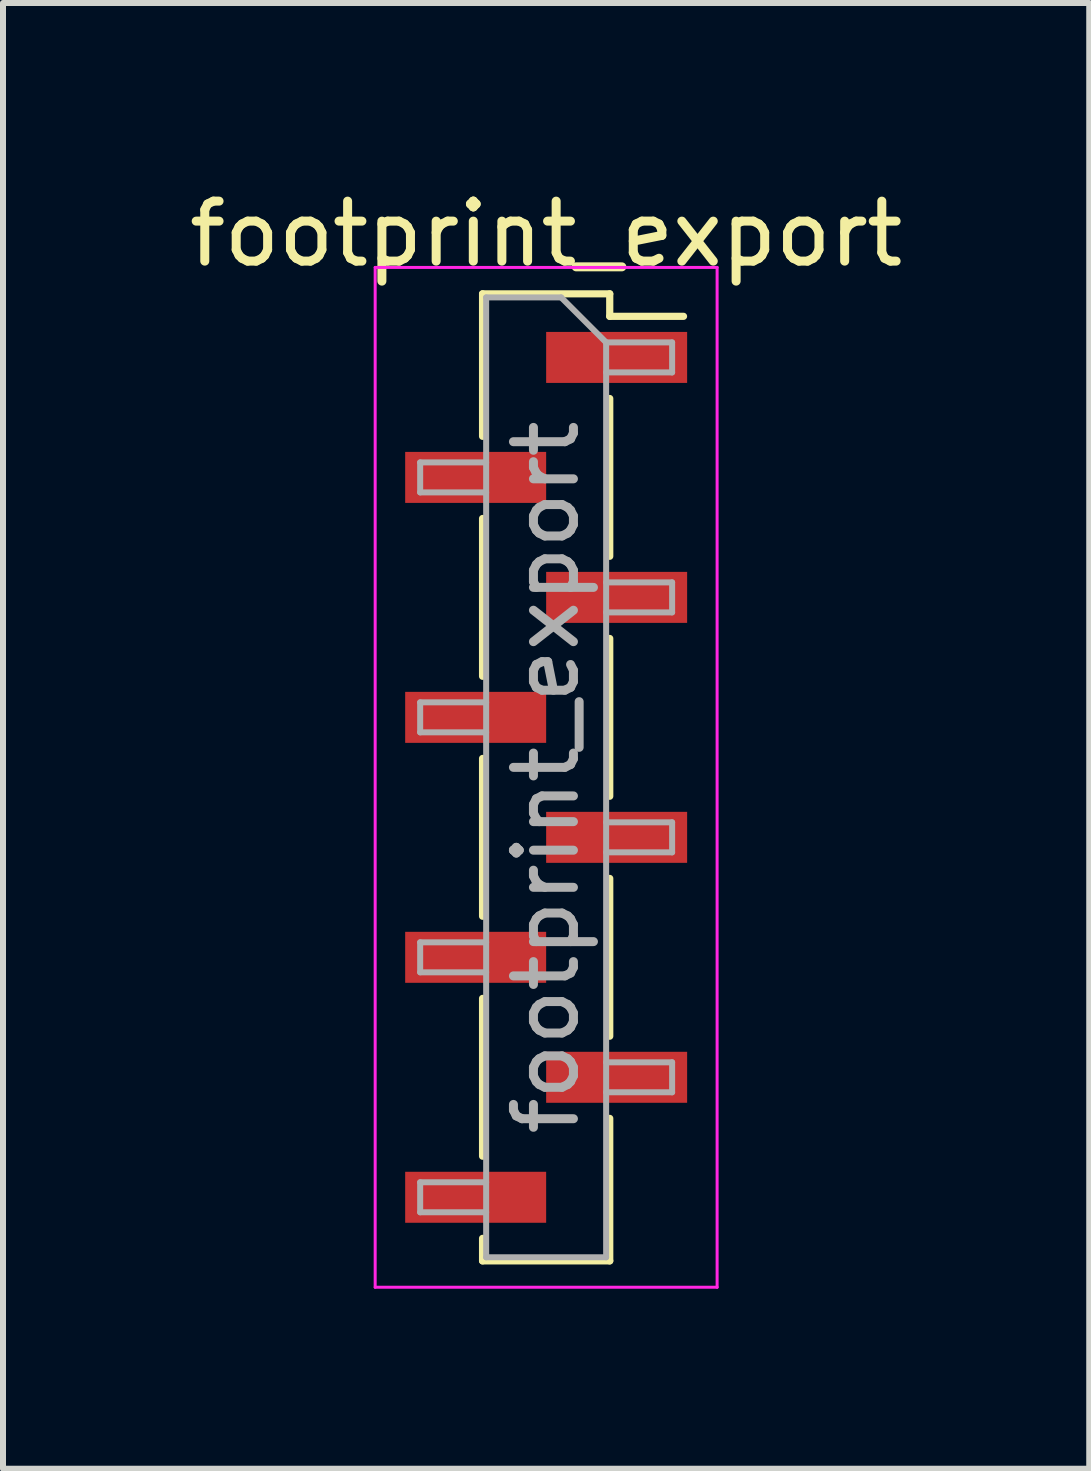
<source format=kicad_pcb>
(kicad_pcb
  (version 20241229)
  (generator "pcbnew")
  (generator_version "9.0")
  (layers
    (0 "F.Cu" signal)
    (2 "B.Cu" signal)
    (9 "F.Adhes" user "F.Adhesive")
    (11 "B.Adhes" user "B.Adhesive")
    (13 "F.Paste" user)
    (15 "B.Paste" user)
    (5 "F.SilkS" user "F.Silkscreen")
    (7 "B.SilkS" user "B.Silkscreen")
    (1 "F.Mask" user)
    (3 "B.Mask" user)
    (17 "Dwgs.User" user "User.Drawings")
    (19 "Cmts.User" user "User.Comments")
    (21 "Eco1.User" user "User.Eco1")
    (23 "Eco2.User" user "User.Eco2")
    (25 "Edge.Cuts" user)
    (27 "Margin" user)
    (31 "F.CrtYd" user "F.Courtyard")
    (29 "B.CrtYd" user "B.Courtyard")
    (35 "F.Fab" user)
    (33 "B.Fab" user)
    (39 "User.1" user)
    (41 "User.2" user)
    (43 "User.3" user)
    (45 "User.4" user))
  (footprint "footprint_export"
    (layer "F.Cu")
    (at 6.054 9.908)
    (property "Reference" "footprint_export" (at 0 -9.06 0) (layer "F.SilkS") (effects (font (size 1 1) (thickness 0.15))))
    (attr smd)
    (fp_line (start -1.06 -8.06) (end -1.06 -5.685) (stroke (width 0.12) (type solid)) (layer "F.SilkS"))
    (fp_line (start -1.06 -8.06) (end 1.06 -8.06) (stroke (width 0.12) (type solid)) (layer "F.SilkS"))
    (fp_line (start -1.06 -4.315) (end -1.06 -1.685) (stroke (width 0.12) (type solid)) (layer "F.SilkS"))
    (fp_line (start -1.06 -0.315) (end -1.06 2.315) (stroke (width 0.12) (type solid)) (layer "F.SilkS"))
    (fp_line (start -1.06 3.685) (end -1.06 6.315) (stroke (width 0.12) (type solid)) (layer "F.SilkS"))
    (fp_line (start -1.06 7.685) (end -1.06 8.06) (stroke (width 0.12) (type solid)) (layer "F.SilkS"))
    (fp_line (start -1.06 8.06) (end 1.06 8.06) (stroke (width 0.12) (type solid)) (layer "F.SilkS"))
    (fp_line (start 1.06 -8.06) (end 1.06 -7.685) (stroke (width 0.12) (type solid)) (layer "F.SilkS"))
    (fp_line (start 1.06 -7.685) (end 2.29 -7.685) (stroke (width 0.12) (type solid)) (layer "F.SilkS"))
    (fp_line (start 1.06 -6.315) (end 1.06 -3.685) (stroke (width 0.12) (type solid)) (layer "F.SilkS"))
    (fp_line (start 1.06 -2.315) (end 1.06 0.315) (stroke (width 0.12) (type solid)) (layer "F.SilkS"))
    (fp_line (start 1.06 1.685) (end 1.06 4.315) (stroke (width 0.12) (type solid)) (layer "F.SilkS"))
    (fp_line (start 1.06 5.685) (end 1.06 8.06) (stroke (width 0.12) (type solid)) (layer "F.SilkS"))
    (fp_line (start -2.85 -8.5) (end -2.85 8.5) (stroke (width 0.05) (type solid)) (layer "F.CrtYd"))
    (fp_line (start -2.85 8.5) (end 2.85 8.5) (stroke (width 0.05) (type solid)) (layer "F.CrtYd"))
    (fp_line (start 2.85 -8.5) (end -2.85 -8.5) (stroke (width 0.05) (type solid)) (layer "F.CrtYd"))
    (fp_line (start 2.85 8.5) (end 2.85 -8.5) (stroke (width 0.05) (type solid)) (layer "F.CrtYd"))
    (fp_line (start -2.1 -5.25) (end -2.1 -4.75) (stroke (width 0.1) (type solid)) (layer "F.Fab"))
    (fp_line (start -2.1 -4.75) (end -1 -4.75) (stroke (width 0.1) (type solid)) (layer "F.Fab"))
    (fp_line (start -2.1 -1.25) (end -2.1 -0.75) (stroke (width 0.1) (type solid)) (layer "F.Fab"))
    (fp_line (start -2.1 -0.75) (end -1 -0.75) (stroke (width 0.1) (type solid)) (layer "F.Fab"))
    (fp_line (start -2.1 2.75) (end -2.1 3.25) (stroke (width 0.1) (type solid)) (layer "F.Fab"))
    (fp_line (start -2.1 3.25) (end -1 3.25) (stroke (width 0.1) (type solid)) (layer "F.Fab"))
    (fp_line (start -2.1 6.75) (end -2.1 7.25) (stroke (width 0.1) (type solid)) (layer "F.Fab"))
    (fp_line (start -2.1 7.25) (end -1 7.25) (stroke (width 0.1) (type solid)) (layer "F.Fab"))
    (fp_line (start -1 -8) (end -1 8) (stroke (width 0.1) (type solid)) (layer "F.Fab"))
    (fp_line (start -1 -8) (end 0.25 -8) (stroke (width 0.1) (type solid)) (layer "F.Fab"))
    (fp_line (start -1 -5.25) (end -2.1 -5.25) (stroke (width 0.1) (type solid)) (layer "F.Fab"))
    (fp_line (start -1 -1.25) (end -2.1 -1.25) (stroke (width 0.1) (type solid)) (layer "F.Fab"))
    (fp_line (start -1 2.75) (end -2.1 2.75) (stroke (width 0.1) (type solid)) (layer "F.Fab"))
    (fp_line (start -1 6.75) (end -2.1 6.75) (stroke (width 0.1) (type solid)) (layer "F.Fab"))
    (fp_line (start 1 -7.25) (end 0.25 -8) (stroke (width 0.1) (type solid)) (layer "F.Fab"))
    (fp_line (start 1 -7.25) (end 2.1 -7.25) (stroke (width 0.1) (type solid)) (layer "F.Fab"))
    (fp_line (start 1 -3.25) (end 2.1 -3.25) (stroke (width 0.1) (type solid)) (layer "F.Fab"))
    (fp_line (start 1 0.75) (end 2.1 0.75) (stroke (width 0.1) (type solid)) (layer "F.Fab"))
    (fp_line (start 1 4.75) (end 2.1 4.75) (stroke (width 0.1) (type solid)) (layer "F.Fab"))
    (fp_line (start 1 8) (end -1 8) (stroke (width 0.1) (type solid)) (layer "F.Fab"))
    (fp_line (start 1 8) (end 1 -7.25) (stroke (width 0.1) (type solid)) (layer "F.Fab"))
    (fp_line (start 2.1 -7.25) (end 2.1 -6.75) (stroke (width 0.1) (type solid)) (layer "F.Fab"))
    (fp_line (start 2.1 -6.75) (end 1 -6.75) (stroke (width 0.1) (type solid)) (layer "F.Fab"))
    (fp_line (start 2.1 -3.25) (end 2.1 -2.75) (stroke (width 0.1) (type solid)) (layer "F.Fab"))
    (fp_line (start 2.1 -2.75) (end 1 -2.75) (stroke (width 0.1) (type solid)) (layer "F.Fab"))
    (fp_line (start 2.1 0.75) (end 2.1 1.25) (stroke (width 0.1) (type solid)) (layer "F.Fab"))
    (fp_line (start 2.1 1.25) (end 1 1.25) (stroke (width 0.1) (type solid)) (layer "F.Fab"))
    (fp_line (start 2.1 4.75) (end 2.1 5.25) (stroke (width 0.1) (type solid)) (layer "F.Fab"))
    (fp_line (start 2.1 5.25) (end 1 5.25) (stroke (width 0.1) (type solid)) (layer "F.Fab"))
    (fp_text user "${REFERENCE}" (at 0 0 90) (layer "F.Fab") (effects (font (size 1 1) (thickness 0.15))))
    (pad "1" smd rect (at 1.175 -7) (size 2.35 0.85) (layers "F.Cu" "F.Mask" "F.Paste"))
    (pad "2" smd rect (at -1.175 -5) (size 2.35 0.85) (layers "F.Cu" "F.Mask" "F.Paste"))
    (pad "3" smd rect (at 1.175 -3) (size 2.35 0.85) (layers "F.Cu" "F.Mask" "F.Paste"))
    (pad "4" smd rect (at -1.175 -1) (size 2.35 0.85) (layers "F.Cu" "F.Mask" "F.Paste"))
    (pad "5" smd rect (at 1.175 1) (size 2.35 0.85) (layers "F.Cu" "F.Mask" "F.Paste"))
    (pad "6" smd rect (at -1.175 3) (size 2.35 0.85) (layers "F.Cu" "F.Mask" "F.Paste"))
    (pad "7" smd rect (at 1.175 5) (size 2.35 0.85) (layers "F.Cu" "F.Mask" "F.Paste"))
    (pad "8" smd rect (at -1.175 7) (size 2.35 0.85) (layers "F.Cu" "F.Mask" "F.Paste")))
  (gr_rect
    (start -3 -3)
    (end 15.107 21.433)
    (stroke (width 0.1) (type default))
    (fill no)
    (layer "Edge.Cuts")))
</source>
